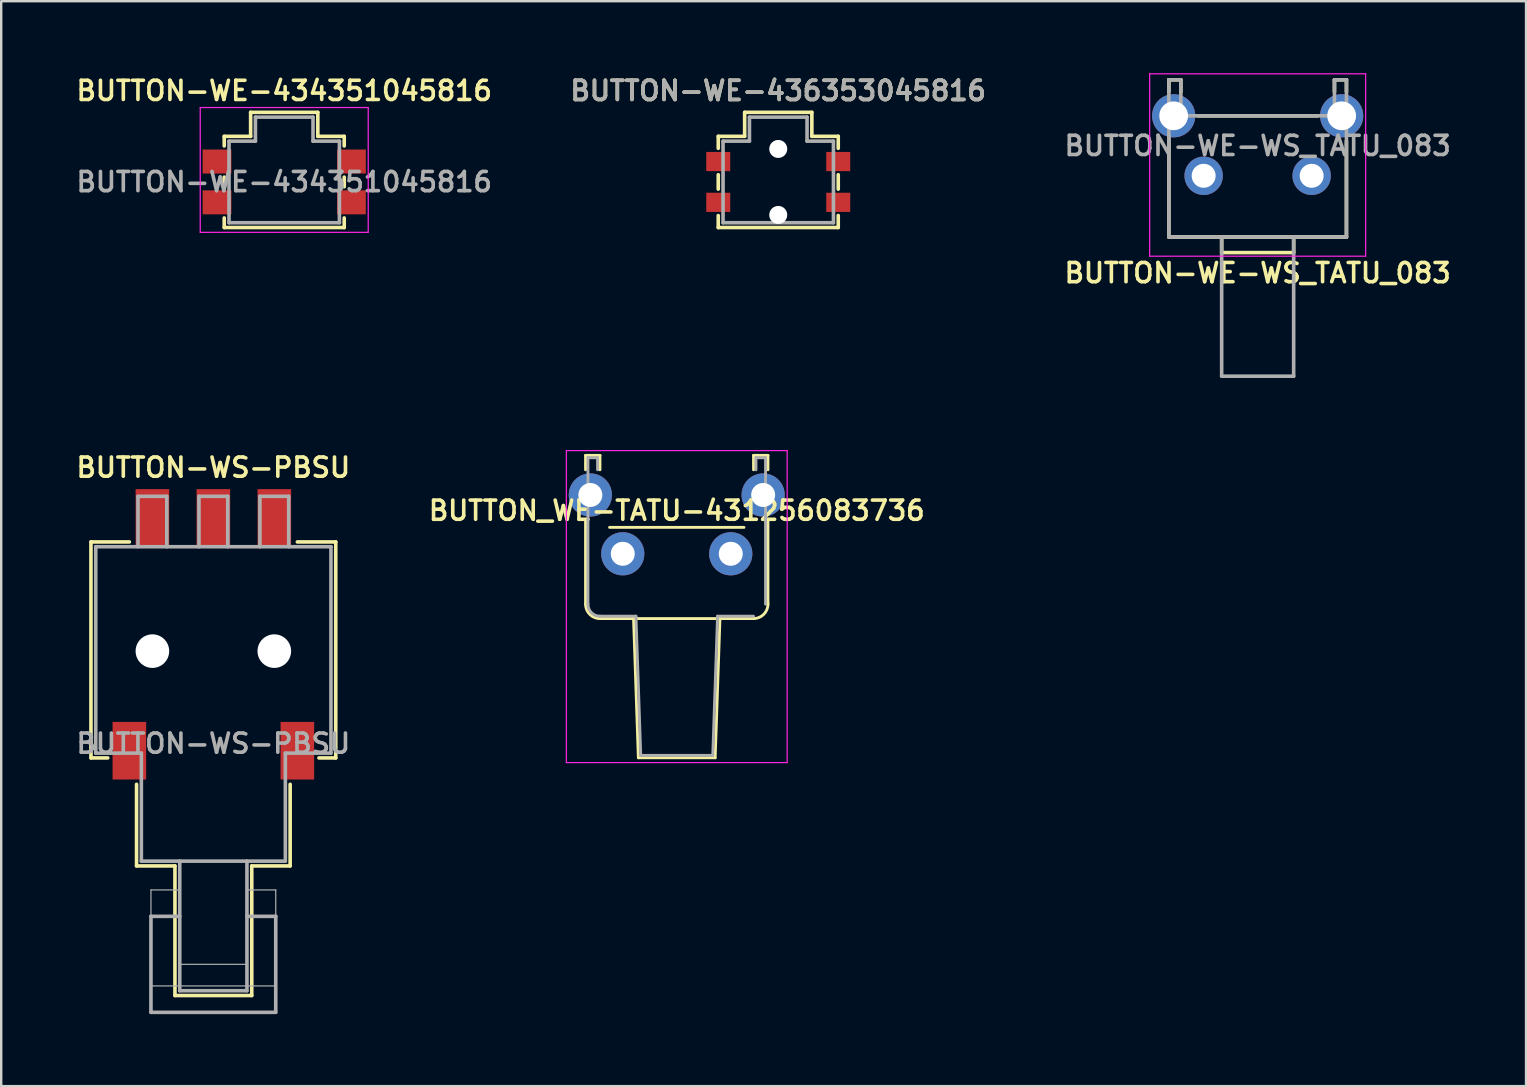
<source format=kicad_pcb>
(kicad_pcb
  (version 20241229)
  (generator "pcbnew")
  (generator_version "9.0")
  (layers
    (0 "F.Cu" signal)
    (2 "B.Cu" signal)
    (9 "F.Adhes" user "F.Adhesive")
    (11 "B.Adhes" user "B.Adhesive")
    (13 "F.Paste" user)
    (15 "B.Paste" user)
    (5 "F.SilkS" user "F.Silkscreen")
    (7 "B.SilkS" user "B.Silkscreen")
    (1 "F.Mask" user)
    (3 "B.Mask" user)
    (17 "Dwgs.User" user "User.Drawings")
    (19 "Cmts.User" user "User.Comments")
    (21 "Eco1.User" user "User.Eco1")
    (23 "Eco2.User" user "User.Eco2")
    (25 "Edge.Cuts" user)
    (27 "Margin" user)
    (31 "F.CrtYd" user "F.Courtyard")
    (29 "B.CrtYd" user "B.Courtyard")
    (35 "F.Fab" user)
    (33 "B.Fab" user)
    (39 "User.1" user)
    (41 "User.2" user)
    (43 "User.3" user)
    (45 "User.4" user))
  (footprint "BUTTON_WE-TATU-431256083736"
    (layer "F.Cu")
    (at 25.149 22.225)
    (property "Reference" "BUTTON_WE-TATU-431256083736" (at 0 -4 0) (layer "F.SilkS") (effects (font (size 0.8 0.8) (thickness 0.15))))
    (attr through_hole)
    (fp_line (start -3.8 -5.7) (end -3.8 -6.3) (stroke (width 0.12) (type solid)) (layer "F.SilkS"))
    (fp_line (start -3.8 -3.6) (end -3.8 -0.1) (stroke (width 0.12) (type solid)) (layer "F.SilkS"))
    (fp_line (start -3.2 -6.3) (end -3.8 -6.3) (stroke (width 0.12) (type solid)) (layer "F.SilkS"))
    (fp_line (start -3.2 -6.3) (end -3.2 -5.7) (stroke (width 0.12) (type solid)) (layer "F.SilkS"))
    (fp_line (start -3.2 0.5) (end 3.2 0.5) (stroke (width 0.12) (type solid)) (layer "F.SilkS"))
    (fp_line (start -2.8 -3.3) (end 2.8 -3.3) (stroke (width 0.12) (type solid)) (layer "F.SilkS"))
    (fp_line (start -1.6 6.3) (end -1.8 0.5) (stroke (width 0.12) (type solid)) (layer "F.SilkS"))
    (fp_line (start -1.6 6.3) (end 1.6 6.3) (stroke (width 0.12) (type solid)) (layer "F.SilkS"))
    (fp_line (start 1.8 0.5) (end 1.6 6.3) (stroke (width 0.12) (type solid)) (layer "F.SilkS"))
    (fp_line (start 3.2 -5.7) (end 3.2 -6.3) (stroke (width 0.12) (type solid)) (layer "F.SilkS"))
    (fp_line (start 3.8 -6.3) (end 3.2 -6.3) (stroke (width 0.12) (type solid)) (layer "F.SilkS"))
    (fp_line (start 3.8 -6.3) (end 3.8 -5.7) (stroke (width 0.12) (type solid)) (layer "F.SilkS"))
    (fp_line (start 3.8 -3.6) (end 3.8 -0.1) (stroke (width 0.12) (type solid)) (layer "F.SilkS"))
    (fp_arc (start -3.2 0.5) (mid -3.624264 0.324264) (end -3.8 -0.1) (stroke (width 0.12) (type solid)) (layer "F.SilkS"))
    (fp_arc (start 3.8 -0.1) (mid 3.624264 0.324264) (end 3.2 0.5) (stroke (width 0.12) (type solid)) (layer "F.SilkS"))
    (fp_line (start -4.6 -6.5) (end -4.6 6.5) (stroke (width 0.05) (type solid)) (layer "F.CrtYd"))
    (fp_line (start -4.6 6.5) (end 4.6 6.5) (stroke (width 0.05) (type solid)) (layer "F.CrtYd"))
    (fp_line (start 4.6 -6.5) (end -4.6 -6.5) (stroke (width 0.05) (type solid)) (layer "F.CrtYd"))
    (fp_line (start 4.6 6.5) (end 4.6 -6.5) (stroke (width 0.05) (type solid)) (layer "F.CrtYd"))
    (fp_line (start -3.7 -6.2) (end -3.7 -0.1) (stroke (width 0.12) (type solid)) (layer "F.Fab"))
    (fp_line (start -3.3 -6.2) (end -3.7 -6.2) (stroke (width 0.12) (type solid)) (layer "F.Fab"))
    (fp_line (start -3.3 -5.7) (end -3.3 -6.2) (stroke (width 0.12) (type solid)) (layer "F.Fab"))
    (fp_line (start -3.2 0.4) (end -1.7 0.4) (stroke (width 0.12) (type solid)) (layer "F.Fab"))
    (fp_line (start -1.7 0.4) (end -1.5 6.2) (stroke (width 0.12) (type solid)) (layer "F.Fab"))
    (fp_line (start -1.5 6.2) (end 1.5 6.2) (stroke (width 0.12) (type solid)) (layer "F.Fab"))
    (fp_line (start 1.5 6.2) (end 1.7 0.4) (stroke (width 0.12) (type solid)) (layer "F.Fab"))
    (fp_line (start 1.7 0.4) (end 3.2 0.4) (stroke (width 0.12) (type solid)) (layer "F.Fab"))
    (fp_line (start 3.3 -6.2) (end 3.3 -5.7) (stroke (width 0.12) (type solid)) (layer "F.Fab"))
    (fp_line (start 3.7 -6.2) (end 3.3 -6.2) (stroke (width 0.12) (type solid)) (layer "F.Fab"))
    (fp_line (start 3.7 -0.1) (end 3.7 -6.2) (stroke (width 0.12) (type solid)) (layer "F.Fab"))
    (fp_arc (start -3.2 0.4) (mid -3.553553 0.253553) (end -3.7 -0.1) (stroke (width 0.12) (type solid)) (layer "F.Fab"))
    (pad "1" thru_hole circle (at -3.6 -4.65) (size 1.8 1.8) (drill 1) (layers "*.Cu" "*.Mask"))
    (pad "2" thru_hole circle (at -2.25 -2.2) (size 1.8 1.8) (drill 1) (layers "*.Cu" "*.Mask"))
    (pad "3" thru_hole circle (at 2.25 -2.2) (size 1.8 1.8) (drill 1) (layers "*.Cu" "*.Mask"))
    (pad "4" thru_hole circle (at 3.6 -4.65) (size 1.8 1.8) (drill 1) (layers "*.Cu" "*.Mask")))
  (footprint "BUTTON-WE-434351045816"
    (layer "F.Cu")
    (at 8.793 4.531)
    (property "Reference" "BUTTON-WE-434351045816" (at 0 -3.8 0) (layer "F.SilkS") (effects (font (size 0.8 0.8) (thickness 0.15))))
    (attr smd)
    (fp_line (start -2.5 -1.9) (end -1.4 -1.9) (stroke (width 0.15) (type solid)) (layer "F.SilkS"))
    (fp_line (start -2.5 -1.5) (end -2.5 -1.9) (stroke (width 0.15) (type solid)) (layer "F.SilkS"))
    (fp_line (start -2.5 0.2) (end -2.5 -0.2) (stroke (width 0.15) (type solid)) (layer "F.SilkS"))
    (fp_line (start -2.5 1.5) (end -2.5 1.9) (stroke (width 0.15) (type solid)) (layer "F.SilkS"))
    (fp_line (start -2.5 1.9) (end 2.5 1.9) (stroke (width 0.15) (type solid)) (layer "F.SilkS"))
    (fp_line (start -1.4 -2.9) (end 1.4 -2.9) (stroke (width 0.15) (type solid)) (layer "F.SilkS"))
    (fp_line (start -1.4 -1.9) (end -1.4 -2.9) (stroke (width 0.15) (type solid)) (layer "F.SilkS"))
    (fp_line (start 1.4 -2.9) (end 1.4 -1.9) (stroke (width 0.15) (type solid)) (layer "F.SilkS"))
    (fp_line (start 2.5 -1.9) (end 1.4 -1.9) (stroke (width 0.15) (type solid)) (layer "F.SilkS"))
    (fp_line (start 2.5 -1.5) (end 2.5 -1.9) (stroke (width 0.15) (type solid)) (layer "F.SilkS"))
    (fp_line (start 2.5 0.2) (end 2.5 -0.2) (stroke (width 0.15) (type solid)) (layer "F.SilkS"))
    (fp_line (start 2.5 1.9) (end 2.5 1.5) (stroke (width 0.15) (type solid)) (layer "F.SilkS"))
    (fp_line (start -3.5 -3.1) (end 3.5 -3.1) (stroke (width 0.05) (type solid)) (layer "F.CrtYd"))
    (fp_line (start -3.5 2.1) (end -3.5 -3.1) (stroke (width 0.05) (type solid)) (layer "F.CrtYd"))
    (fp_line (start 3.5 -3.1) (end 3.5 2.1) (stroke (width 0.05) (type solid)) (layer "F.CrtYd"))
    (fp_line (start 3.5 2.1) (end -3.5 2.1) (stroke (width 0.05) (type solid)) (layer "F.CrtYd"))
    (fp_line (start -2.3 -1.7) (end -2.3 1.7) (stroke (width 0.15) (type solid)) (layer "F.Fab"))
    (fp_line (start -2.3 1.7) (end 2.3 1.7) (stroke (width 0.15) (type solid)) (layer "F.Fab"))
    (fp_line (start -1.2 -2.7) (end -1.2 -1.7) (stroke (width 0.15) (type solid)) (layer "F.Fab"))
    (fp_line (start -1.2 -1.7) (end -2.3 -1.7) (stroke (width 0.15) (type solid)) (layer "F.Fab"))
    (fp_line (start 1.2 -2.7) (end -1.2 -2.7) (stroke (width 0.15) (type solid)) (layer "F.Fab"))
    (fp_line (start 1.2 -1.7) (end 1.2 -2.7) (stroke (width 0.15) (type solid)) (layer "F.Fab"))
    (fp_line (start 2.3 -1.7) (end 1.2 -1.7) (stroke (width 0.15) (type solid)) (layer "F.Fab"))
    (fp_line (start 2.3 1.7) (end 2.3 -1.7) (stroke (width 0.15) (type solid)) (layer "F.Fab"))
    (fp_text user "${REFERENCE}" (at 0 0 0) (layer "F.Fab") (effects (font (size 0.8 0.8) (thickness 0.15))))
    (pad "1" connect rect (at 2.8 -0.85) (size 1.2 1) (layers "F.Cu" "F.Mask"))
    (pad "2" connect rect (at 2.8 0.85) (size 1.2 1) (layers "F.Cu" "F.Mask"))
    (pad "3" connect rect (at -2.8 -0.85) (size 1.2 1) (layers "F.Cu" "F.Mask"))
    (pad "4" connect rect (at -2.8 0.85) (size 1.2 1) (layers "F.Cu" "F.Mask")))
  (footprint "BUTTON-WE-WS_TATU_083"
    (layer "F.Cu")
    (at 49.354 3.025)
    (property "Reference" "BUTTON-WE-WS_TATU_083" (at 0 5.3 0) (layer "F.SilkS") (effects (font (size 0.8 0.8) (thickness 0.15))))
    (attr through_hole)
    (fp_line (start -3.7 -2.75) (end -3.2 -2.75) (stroke (width 0.15) (type solid)) (layer "F.SilkS"))
    (fp_line (start -3.7 -2.25) (end -3.7 -2.75) (stroke (width 0.15) (type solid)) (layer "F.SilkS"))
    (fp_line (start -3.7 -0.2) (end -3.7 3.8) (stroke (width 0.15) (type solid)) (layer "F.SilkS"))
    (fp_line (start -3.7 3.8) (end 3.7 3.8) (stroke (width 0.15) (type solid)) (layer "F.SilkS"))
    (fp_line (start -3.2 -2.75) (end -3.2 -2.25) (stroke (width 0.15) (type solid)) (layer "F.SilkS"))
    (fp_line (start -2.5 -1.25) (end 2.5 -1.25) (stroke (width 0.15) (type solid)) (layer "F.SilkS"))
    (fp_line (start -1.5 3.8) (end -1.5 4.45) (stroke (width 0.15) (type solid)) (layer "F.SilkS"))
    (fp_line (start -1.5 4.45) (end 1.5 4.45) (stroke (width 0.15) (type solid)) (layer "F.SilkS"))
    (fp_line (start 1.5 4.45) (end 1.5 3.8) (stroke (width 0.15) (type solid)) (layer "F.SilkS"))
    (fp_line (start 3.2 -2.75) (end 3.7 -2.75) (stroke (width 0.15) (type solid)) (layer "F.SilkS"))
    (fp_line (start 3.2 -2.25) (end 3.2 -2.75) (stroke (width 0.15) (type solid)) (layer "F.SilkS"))
    (fp_line (start 3.7 -2.75) (end 3.7 -2.25) (stroke (width 0.15) (type solid)) (layer "F.SilkS"))
    (fp_line (start 3.7 3.8) (end 3.7 -0.2) (stroke (width 0.15) (type solid)) (layer "F.SilkS"))
    (fp_line (start -4.5 -3) (end 4.5 -3) (stroke (width 0.05) (type solid)) (layer "F.CrtYd"))
    (fp_line (start -4.5 4.6) (end -4.5 -3) (stroke (width 0.05) (type solid)) (layer "F.CrtYd"))
    (fp_line (start 4.5 -3) (end 4.5 4.6) (stroke (width 0.05) (type solid)) (layer "F.CrtYd"))
    (fp_line (start 4.5 4.6) (end -4.5 4.6) (stroke (width 0.05) (type solid)) (layer "F.CrtYd"))
    (fp_line (start -3.7 -2.75) (end -3.2 -2.75) (stroke (width 0.15) (type solid)) (layer "F.Fab"))
    (fp_line (start -3.7 -1.25) (end -3.7 -2.75) (stroke (width 0.15) (type solid)) (layer "F.Fab"))
    (fp_line (start -3.7 -1.25) (end -3.7 3.8) (stroke (width 0.15) (type solid)) (layer "F.Fab"))
    (fp_line (start -3.7 3.8) (end 3.7 3.8) (stroke (width 0.15) (type solid)) (layer "F.Fab"))
    (fp_line (start -3.2 -2.75) (end -3.2 -1.25) (stroke (width 0.15) (type solid)) (layer "F.Fab"))
    (fp_line (start -1.5 9.6) (end -1.5 3.8) (stroke (width 0.15) (type solid)) (layer "F.Fab"))
    (fp_line (start 1.5 3.8) (end 1.5 9.6) (stroke (width 0.15) (type solid)) (layer "F.Fab"))
    (fp_line (start 1.5 9.6) (end -1.5 9.6) (stroke (width 0.15) (type solid)) (layer "F.Fab"))
    (fp_line (start 3.2 -2.75) (end 3.2 -1.25) (stroke (width 0.15) (type solid)) (layer "F.Fab"))
    (fp_line (start 3.7 -2.75) (end 3.2 -2.75) (stroke (width 0.15) (type solid)) (layer "F.Fab"))
    (fp_line (start 3.7 -1.25) (end -3.7 -1.25) (stroke (width 0.15) (type solid)) (layer "F.Fab"))
    (fp_line (start 3.7 -1.25) (end 3.7 -2.75) (stroke (width 0.15) (type solid)) (layer "F.Fab"))
    (fp_line (start 3.7 3.8) (end 3.7 -1.25) (stroke (width 0.15) (type solid)) (layer "F.Fab"))
    (fp_text user "${REFERENCE}" (at 0 0 0) (layer "F.Fab") (effects (font (size 0.8 0.8) (thickness 0.15))))
    (pad "1" thru_hole circle (at -2.25 1.25) (size 1.6 1.6) (drill 1) (layers "*.Cu" "*.Mask"))
    (pad "2" thru_hole circle (at 2.25 1.25) (size 1.6 1.6) (drill 1) (layers "*.Cu" "*.Mask"))
    (pad "3" thru_hole circle (at -3.5 -1.25) (size 1.8 1.8) (drill 1.2) (layers "*.Cu" "*.Mask"))
    (pad "4" thru_hole circle (at 3.5 -1.25) (size 1.8 1.8) (drill 1.2) (layers "*.Cu" "*.Mask")))
  (footprint "BUTTON-WE-436353045816"
    (layer "F.Cu")
    (at 29.378 4.531)
    (property "Reference" "BUTTON-WE-436353045816" (at 0 -3.8 0) (layer "F.SilkS") (effects (font (size 0.8 0.8) (thickness 0.15))))
    (attr through_hole)
    (fp_line (start -2.5 -1.9) (end -1.4 -1.9) (stroke (width 0.15) (type solid)) (layer "F.SilkS"))
    (fp_line (start -2.5 -1.4) (end -2.5 -1.9) (stroke (width 0.15) (type solid)) (layer "F.SilkS"))
    (fp_line (start -2.5 0.3) (end -2.5 -0.3) (stroke (width 0.15) (type solid)) (layer "F.SilkS"))
    (fp_line (start -2.5 1.4) (end -2.5 1.9) (stroke (width 0.15) (type solid)) (layer "F.SilkS"))
    (fp_line (start -2.5 1.9) (end 2.5 1.9) (stroke (width 0.15) (type solid)) (layer "F.SilkS"))
    (fp_line (start -1.4 -2.9) (end 1.4 -2.9) (stroke (width 0.15) (type solid)) (layer "F.SilkS"))
    (fp_line (start -1.4 -1.9) (end -1.4 -2.9) (stroke (width 0.15) (type solid)) (layer "F.SilkS"))
    (fp_line (start 1.4 -2.9) (end 1.4 -1.9) (stroke (width 0.15) (type solid)) (layer "F.SilkS"))
    (fp_line (start 2.5 -1.9) (end 1.4 -1.9) (stroke (width 0.15) (type solid)) (layer "F.SilkS"))
    (fp_line (start 2.5 -1.4) (end 2.5 -1.9) (stroke (width 0.15) (type solid)) (layer "F.SilkS"))
    (fp_line (start 2.5 0.3) (end 2.5 -0.3) (stroke (width 0.15) (type solid)) (layer "F.SilkS"))
    (fp_line (start 2.5 1.9) (end 2.5 1.4) (stroke (width 0.15) (type solid)) (layer "F.SilkS"))
    (fp_line (start -2.3 -1.7) (end -2.3 1.7) (stroke (width 0.15) (type solid)) (layer "F.Fab"))
    (fp_line (start -2.3 1.7) (end 2.3 1.7) (stroke (width 0.15) (type solid)) (layer "F.Fab"))
    (fp_line (start -1.2 -2.7) (end -1.2 -1.7) (stroke (width 0.15) (type solid)) (layer "F.Fab"))
    (fp_line (start -1.2 -1.7) (end -2.3 -1.7) (stroke (width 0.15) (type solid)) (layer "F.Fab"))
    (fp_line (start 1.2 -2.7) (end -1.2 -2.7) (stroke (width 0.15) (type solid)) (layer "F.Fab"))
    (fp_line (start 1.2 -1.7) (end 1.2 -2.7) (stroke (width 0.15) (type solid)) (layer "F.Fab"))
    (fp_line (start 2.3 -1.7) (end 1.2 -1.7) (stroke (width 0.15) (type solid)) (layer "F.Fab"))
    (fp_line (start 2.3 1.7) (end 2.3 -1.7) (stroke (width 0.15) (type solid)) (layer "F.Fab"))
    (fp_text user "${REFERENCE}" (at 0 -3.8 0) (layer "F.Fab") (effects (font (size 0.8 0.8) (thickness 0.15))))
    (pad "" np_thru_hole circle (at 0 -1.375) (size 0.75 0.75) (drill 0.75) (layers "*.Cu" "*.Mask"))
    (pad "" np_thru_hole circle (at 0 1.375) (size 0.75 0.75) (drill 0.75) (layers "*.Cu" "*.Mask"))
    (pad "1" connect rect (at 2.5 -0.85) (size 1 0.8) (layers "F.Cu" "F.Mask"))
    (pad "2" connect rect (at 2.5 0.85) (size 1 0.8) (layers "F.Cu" "F.Mask"))
    (pad "3" connect rect (at -2.5 -0.85) (size 1 0.8) (layers "F.Cu" "F.Mask"))
    (pad "4" connect rect (at -2.5 0.85) (size 1 0.8) (layers "F.Cu" "F.Mask")))
  (footprint "BUTTON-WS-PBSU"
    (layer "F.Cu")
    (at 5.84 27.931)
    (property "Reference" "BUTTON-WS-PBSU" (at 0 -11.5 0) (layer "F.SilkS") (effects (font (size 0.8 0.8) (thickness 0.15))))
    (attr through_hole)
    (fp_line (start -5.1 -8.4) (end -5.1 0.6) (stroke (width 0.15) (type solid)) (layer "F.SilkS"))
    (fp_line (start -5.1 -8.4) (end -3.5 -8.4) (stroke (width 0.15) (type solid)) (layer "F.SilkS"))
    (fp_line (start -5.1 0.6) (end -4.4 0.6) (stroke (width 0.15) (type solid)) (layer "F.SilkS"))
    (fp_line (start -3.2 1.7) (end -3.2 5.1) (stroke (width 0.15) (type solid)) (layer "F.SilkS"))
    (fp_line (start -3.2 5.1) (end -1.6 5.1) (stroke (width 0.15) (type solid)) (layer "F.SilkS"))
    (fp_line (start -1.6 5.1) (end -1.6 10.5) (stroke (width 0.15) (type solid)) (layer "F.SilkS"))
    (fp_line (start -1.6 10.5) (end 1.6 10.5) (stroke (width 0.15) (type solid)) (layer "F.SilkS"))
    (fp_line (start 1.6 5.1) (end 3.2 5.1) (stroke (width 0.15) (type solid)) (layer "F.SilkS"))
    (fp_line (start 1.6 10.5) (end 1.6 5.1) (stroke (width 0.15) (type solid)) (layer "F.SilkS"))
    (fp_line (start 3.2 5.1) (end 3.2 1.7) (stroke (width 0.15) (type solid)) (layer "F.SilkS"))
    (fp_line (start 4.4 0.6) (end 5.1 0.6) (stroke (width 0.15) (type solid)) (layer "F.SilkS"))
    (fp_line (start 5.1 -8.4) (end 3.5 -8.4) (stroke (width 0.15) (type solid)) (layer "F.SilkS"))
    (fp_line (start 5.1 0.6) (end 5.1 -8.4) (stroke (width 0.15) (type solid)) (layer "F.SilkS"))
    (fp_line (start -4.9 -8.2) (end 4.9 -8.2) (stroke (width 0.15) (type solid)) (layer "F.Fab"))
    (fp_line (start -4.9 0.4) (end -4.9 -8.2) (stroke (width 0.15) (type solid)) (layer "F.Fab"))
    (fp_line (start -4.9 0.4) (end -3 0.4) (stroke (width 0.15) (type solid)) (layer "F.Fab"))
    (fp_line (start -3.14 -10.3) (end -3.14 -8.2) (stroke (width 0.15) (type solid)) (layer "F.Fab"))
    (fp_line (start -3 0.4) (end -3 4.9) (stroke (width 0.15) (type solid)) (layer "F.Fab"))
    (fp_line (start -2.6 6.1) (end -2.6 10.1) (stroke (width 0.05) (type solid)) (layer "F.Fab"))
    (fp_line (start -2.6 6.1) (end -1.4 6.1) (stroke (width 0.05) (type solid)) (layer "F.Fab"))
    (fp_line (start -2.6 7.2) (end -2.6 11.2) (stroke (width 0.15) (type solid)) (layer "F.Fab"))
    (fp_line (start -2.6 10.1) (end 2.6 10.1) (stroke (width 0.05) (type solid)) (layer "F.Fab"))
    (fp_line (start -2.6 11.2) (end 2.6 11.2) (stroke (width 0.15) (type solid)) (layer "F.Fab"))
    (fp_line (start -1.94 -10.3) (end -3.14 -10.3) (stroke (width 0.15) (type solid)) (layer "F.Fab"))
    (fp_line (start -1.94 -8.2) (end -1.94 -10.3) (stroke (width 0.15) (type solid)) (layer "F.Fab"))
    (fp_line (start -1.4 7.2) (end -2.6 7.2) (stroke (width 0.15) (type solid)) (layer "F.Fab"))
    (fp_line (start -1.4 9.2) (end 1.4 9.2) (stroke (width 0.05) (type solid)) (layer "F.Fab"))
    (fp_line (start -1.4 10.3) (end -1.4 4.9) (stroke (width 0.15) (type solid)) (layer "F.Fab"))
    (fp_line (start -0.6 -10.3) (end -0.6 -8.2) (stroke (width 0.15) (type solid)) (layer "F.Fab"))
    (fp_line (start 0.6 -10.3) (end -0.6 -10.3) (stroke (width 0.15) (type solid)) (layer "F.Fab"))
    (fp_line (start 0.6 -8.2) (end 0.6 -10.3) (stroke (width 0.15) (type solid)) (layer "F.Fab"))
    (fp_line (start 1.4 4.9) (end 1.4 10.3) (stroke (width 0.15) (type solid)) (layer "F.Fab"))
    (fp_line (start 1.4 10.3) (end -1.4 10.3) (stroke (width 0.15) (type solid)) (layer "F.Fab"))
    (fp_line (start 1.94 -10.3) (end 1.94 -8.2) (stroke (width 0.15) (type solid)) (layer "F.Fab"))
    (fp_line (start 2.6 6.1) (end 1.4 6.1) (stroke (width 0.05) (type solid)) (layer "F.Fab"))
    (fp_line (start 2.6 7.2) (end 1.4 7.2) (stroke (width 0.15) (type solid)) (layer "F.Fab"))
    (fp_line (start 2.6 10.1) (end 2.6 6.1) (stroke (width 0.05) (type solid)) (layer "F.Fab"))
    (fp_line (start 2.6 11.2) (end 2.6 7.2) (stroke (width 0.15) (type solid)) (layer "F.Fab"))
    (fp_line (start 3 0.4) (end 3 4.9) (stroke (width 0.15) (type solid)) (layer "F.Fab"))
    (fp_line (start 3 4.9) (end -3 4.9) (stroke (width 0.15) (type solid)) (layer "F.Fab"))
    (fp_line (start 3.14 -10.3) (end 1.94 -10.3) (stroke (width 0.15) (type solid)) (layer "F.Fab"))
    (fp_line (start 3.14 -8.2) (end 3.14 -10.3) (stroke (width 0.15) (type solid)) (layer "F.Fab"))
    (fp_line (start 4.9 -8.2) (end 4.9 0.4) (stroke (width 0.15) (type solid)) (layer "F.Fab"))
    (fp_line (start 4.9 0.4) (end 3 0.4) (stroke (width 0.15) (type solid)) (layer "F.Fab"))
    (fp_text user "${REFERENCE}" (at 0 0 0) (layer "F.Fab") (effects (font (size 0.8 0.8) (thickness 0.15))))
    (pad "" smd rect (at -3.5 0.3) (size 1.4 2.4) (layers "F.Cu" "F.Mask" "F.Paste"))
    (pad "" np_thru_hole circle (at -2.54 -3.85) (size 1.4 1.4) (drill 1.4) (layers "*.Cu" "*.Mask"))
    (pad "" np_thru_hole circle (at 2.54 -3.85) (size 1.4 1.4) (drill 1.4) (layers "*.Cu" "*.Mask"))
    (pad "" smd rect (at 3.5 0.3) (size 1.4 2.4) (layers "F.Cu" "F.Mask" "F.Paste"))
    (pad "1" smd rect (at -2.54 -9.4) (size 1.4 2.4) (layers "F.Cu" "F.Mask" "F.Paste"))
    (pad "2" smd rect (at 0 -9.4) (size 1.4 2.4) (layers "F.Cu" "F.Mask" "F.Paste"))
    (pad "3" smd rect (at 2.54 -9.4) (size 1.4 2.4) (layers "F.Cu" "F.Mask" "F.Paste")))
  (gr_rect
    (start -3 -3)
    (end 60.537 42.206)
    (stroke (width 0.1) (type default))
    (fill no)
    (layer "Edge.Cuts")))
</source>
